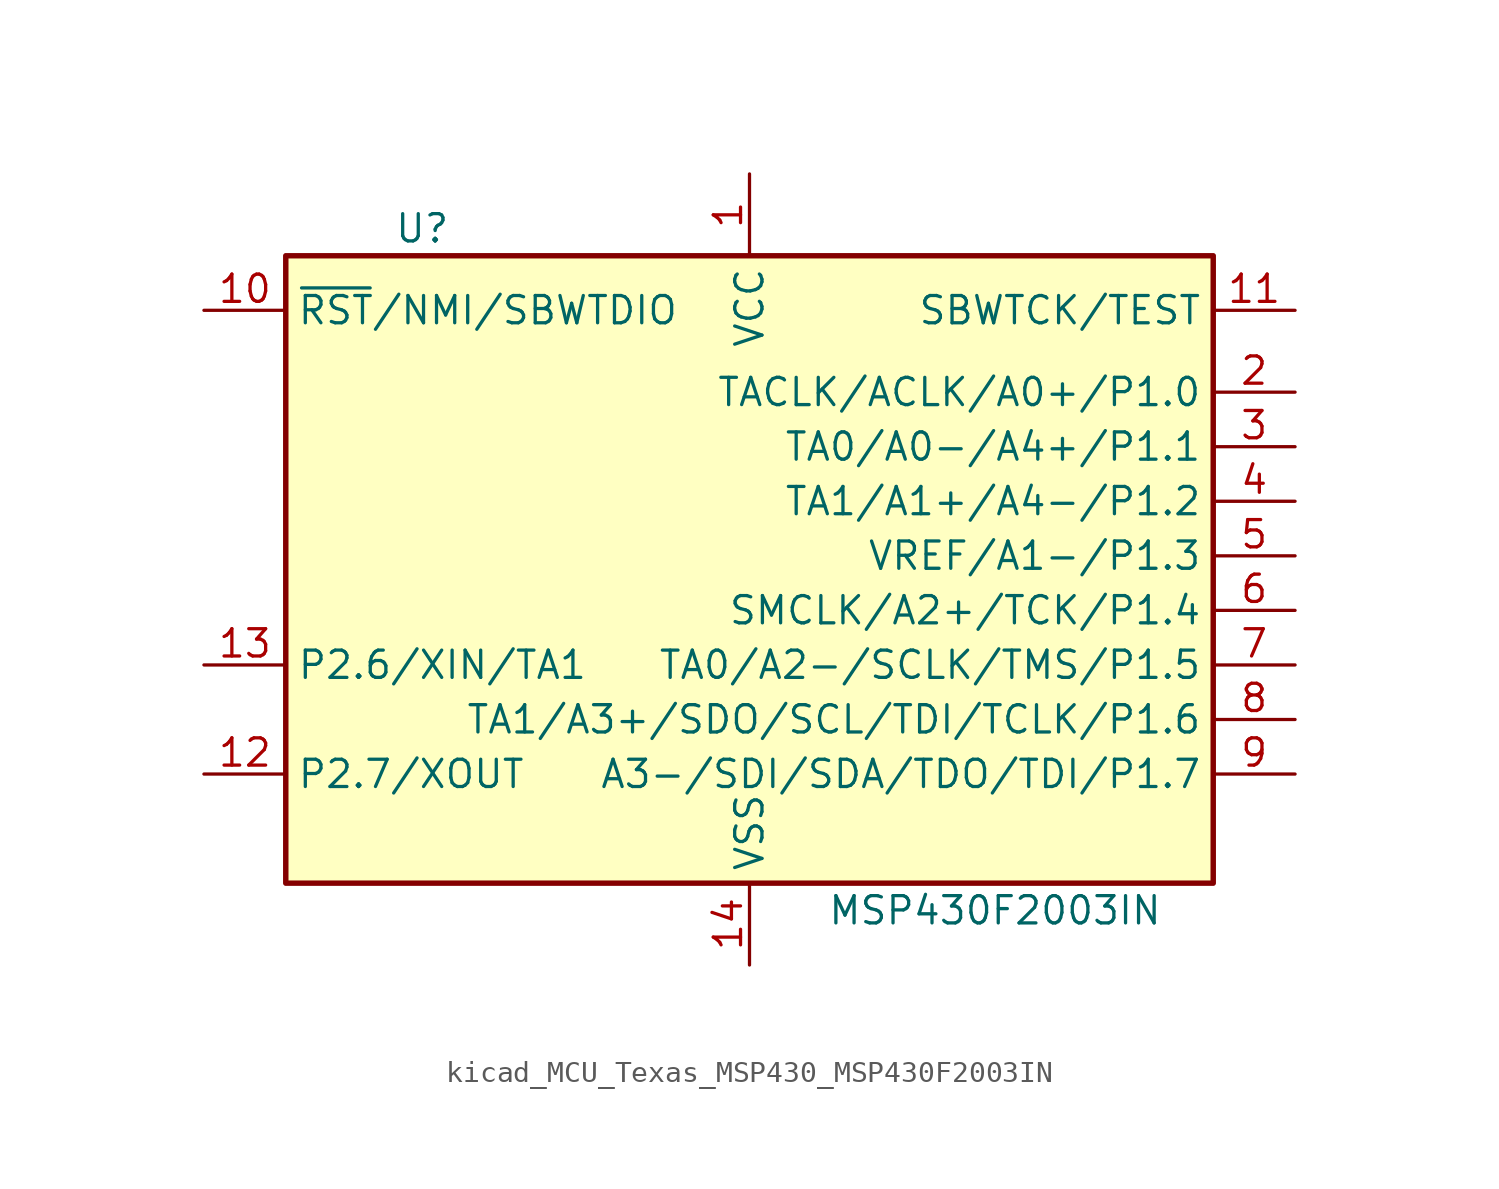
<source format=kicad_sym>
(kicad_symbol_lib
  (version 20220914)
  (generator kicad_symbol_editor)
  (symbol "kicad_MCU_Texas_MSP430_MSP430F2003IN"
    (property "Reference" "U"
      (at -15.24 15.24 0)
      (effects (font (size 1.27 1.27))))
    (property "Value" "MSP430F2003IN"
      (at 11.43 -16.51 0)
      (effects (font (size 1.27 1.27))))
    (symbol "kicad_MCU_Texas_MSP430_MSP430F2003IN_0_1"
      (rectangle (start -21.59 13.97) (end 21.59 -15.24) (stroke (width 0.254) (type default)) (fill (type background))))
    (symbol "kicad_MCU_Texas_MSP430_MSP430F2003IN_1_1"
      (pin power_in line (at 0 17.78 270) (length 3.81) (name "VCC" (effects (font (size 1.27 1.27)))) (number "1" (effects (font (size 1.27 1.27)))))
      (pin input line (at -25.4 11.43 0) (length 3.81) (name "~{RST}/NMI/SBWTDIO" (effects (font (size 1.27 1.27)))) (number "10" (effects (font (size 1.27 1.27)))))
      (pin input line (at 25.4 11.43 180) (length 3.81) (name "SBWTCK/TEST" (effects (font (size 1.27 1.27)))) (number "11" (effects (font (size 1.27 1.27)))))
      (pin bidirectional line (at -25.4 -10.16 0) (length 3.81) (name "P2.7/XOUT" (effects (font (size 1.27 1.27)))) (number "12" (effects (font (size 1.27 1.27)))))
      (pin bidirectional line (at -25.4 -5.08 0) (length 3.81) (name "P2.6/XIN/TA1" (effects (font (size 1.27 1.27)))) (number "13" (effects (font (size 1.27 1.27)))))
      (pin power_in line (at 0 -19.05 90) (length 3.81) (name "VSS" (effects (font (size 1.27 1.27)))) (number "14" (effects (font (size 1.27 1.27)))))
      (pin bidirectional line (at 25.4 7.62 180) (length 3.81) (name "TACLK/ACLK/A0+/P1.0" (effects (font (size 1.27 1.27)))) (number "2" (effects (font (size 1.27 1.27)))))
      (pin bidirectional line (at 25.4 5.08 180) (length 3.81) (name "TA0/A0-/A4+/P1.1" (effects (font (size 1.27 1.27)))) (number "3" (effects (font (size 1.27 1.27)))))
      (pin bidirectional line (at 25.4 2.54 180) (length 3.81) (name "TA1/A1+/A4-/P1.2" (effects (font (size 1.27 1.27)))) (number "4" (effects (font (size 1.27 1.27)))))
      (pin bidirectional line (at 25.4 0 180) (length 3.81) (name "VREF/A1-/P1.3" (effects (font (size 1.27 1.27)))) (number "5" (effects (font (size 1.27 1.27)))))
      (pin bidirectional line (at 25.4 -2.54 180) (length 3.81) (name "SMCLK/A2+/TCK/P1.4" (effects (font (size 1.27 1.27)))) (number "6" (effects (font (size 1.27 1.27)))))
      (pin bidirectional line (at 25.4 -5.08 180) (length 3.81) (name "TA0/A2-/SCLK/TMS/P1.5" (effects (font (size 1.27 1.27)))) (number "7" (effects (font (size 1.27 1.27)))))
      (pin bidirectional line (at 25.4 -7.62 180) (length 3.81) (name "TA1/A3+/SDO/SCL/TDI/TCLK/P1.6" (effects (font (size 1.27 1.27)))) (number "8" (effects (font (size 1.27 1.27)))))
      (pin bidirectional line (at 25.4 -10.16 180) (length 3.81) (name "A3-/SDI/SDA/TDO/TDI/P1.7" (effects (font (size 1.27 1.27)))) (number "9" (effects (font (size 1.27 1.27))))))))
</source>
